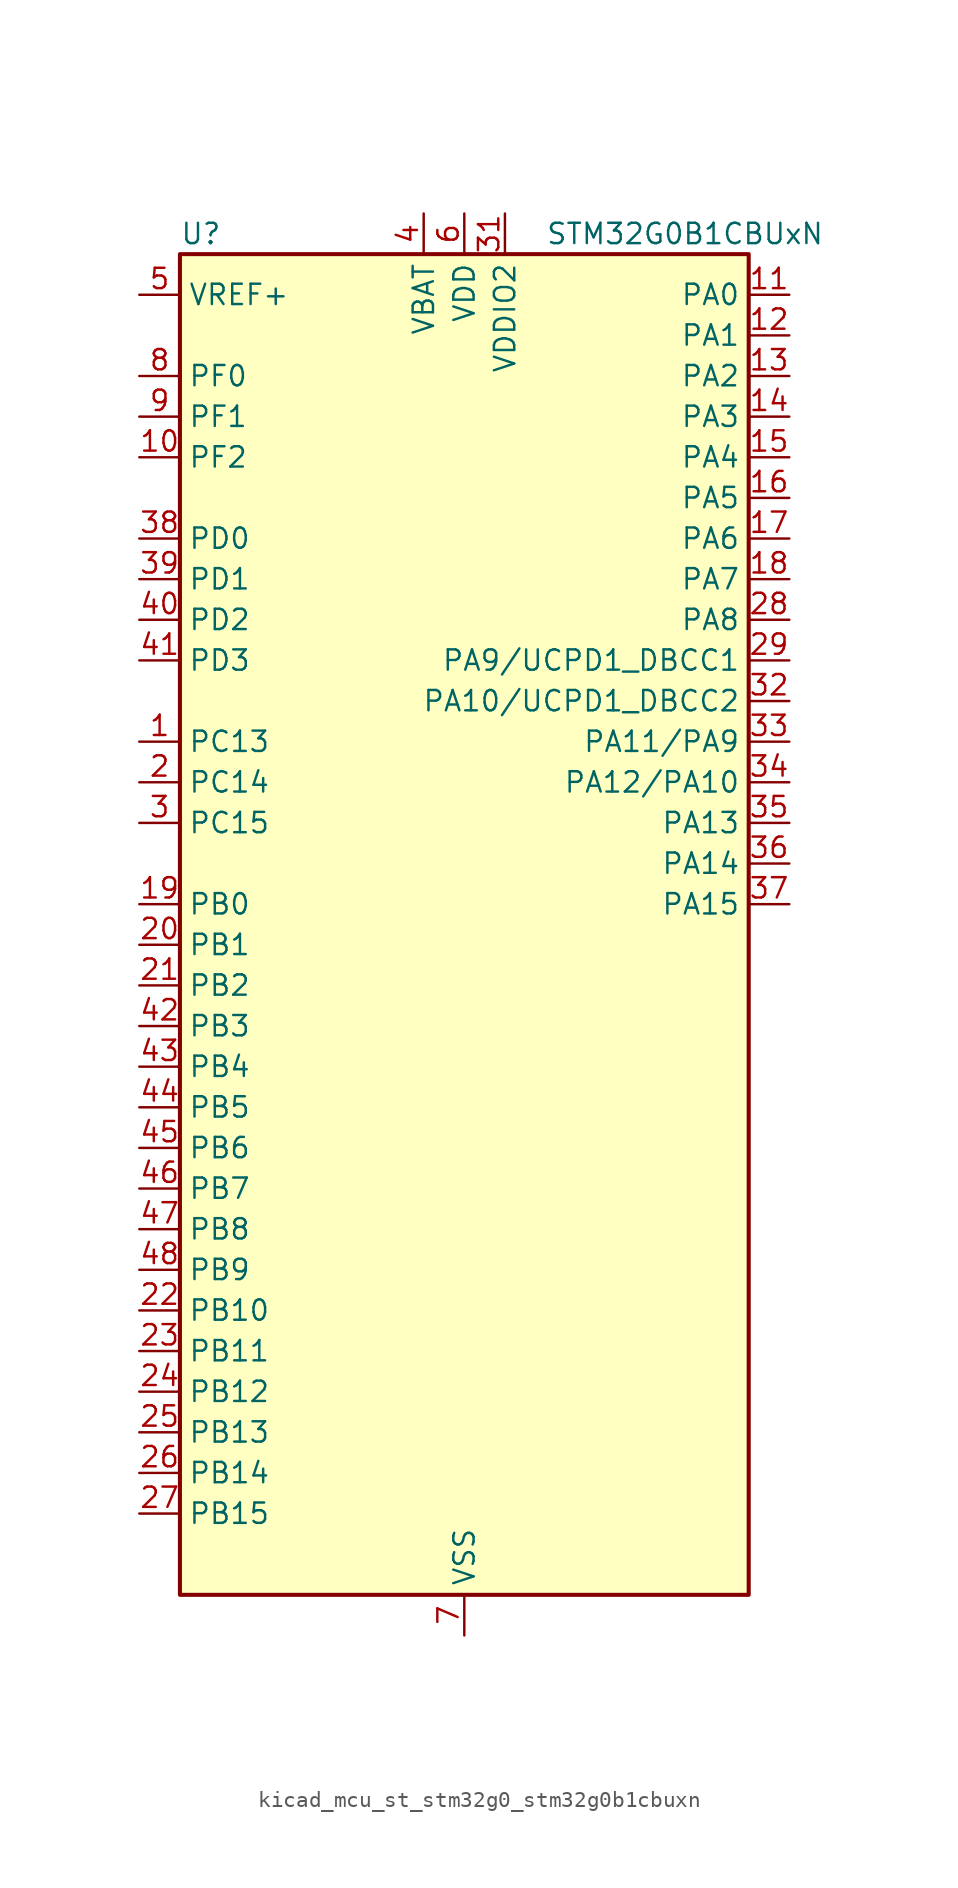
<source format=kicad_sym>
(kicad_symbol_lib
  (version 20220914)
  (generator kicad_symbol_editor)
  (symbol "kicad_mcu_st_stm32g0_stm32g0b1cbuxn"
    (property "Reference" "U"
      (at -17.78 44.45 0)
      (effects (font (size 1.27 1.27)) (justify left)))
    (property "Value" "STM32G0B1CBUxN"
      (at 5.08 44.45 0)
      (effects (font (size 1.27 1.27)) (justify left)))
    (property "ki_locked" ""
      (at 0 0 0)
      (effects (font (size 1.27 1.27))))
    (symbol "kicad_mcu_st_stm32g0_stm32g0b1cbuxn_0_1"
      (rectangle (start -17.78 -40.64) (end 17.78 43.18) (stroke (width 0.254) (type default)) (fill (type background))))
    (symbol "kicad_mcu_st_stm32g0_stm32g0b1cbuxn_1_1"
      (pin bidirectional line (at -20.32 12.7 0) (length 2.54) (name "PC13" (effects (font (size 1.27 1.27)))) (number "1" (effects (font (size 1.27 1.27)))) (alternate "RTC_OUT1" bidirectional line) (alternate "RTC_TAMP_IN1" bidirectional line) (alternate "RTC_TS" bidirectional line) (alternate "SYS_WKUP2" bidirectional line) (alternate "TIM1_BK" bidirectional line))
      (pin bidirectional line (at -20.32 30.48 0) (length 2.54) (name "PF2" (effects (font (size 1.27 1.27)))) (number "10" (effects (font (size 1.27 1.27)))) (alternate "LPUART2_DE" bidirectional line) (alternate "LPUART2_RTS" bidirectional line) (alternate "LPUART2_TX" bidirectional line) (alternate "RCC_MCO" bidirectional line))
      (pin bidirectional line (at 20.32 40.64 180) (length 2.54) (name "PA0" (effects (font (size 1.27 1.27)))) (number "11" (effects (font (size 1.27 1.27)))) (alternate "ADC1_IN0" bidirectional line) (alternate "COMP1_INM" bidirectional line) (alternate "COMP1_OUT" bidirectional line) (alternate "I2S2_CK" bidirectional line) (alternate "LPTIM1_OUT" bidirectional line) (alternate "RTC_TAMP_IN2" bidirectional line) (alternate "SPI2_SCK" bidirectional line) (alternate "SYS_WKUP1" bidirectional line) (alternate "TIM2_CH1" bidirectional line) (alternate "TIM2_ETR" bidirectional line) (alternate "UCPD2_FRSTX1" bidirectional line) (alternate "UCPD2_FRSTX2" bidirectional line) (alternate "USART2_CTS" bidirectional line) (alternate "USART2_NSS" bidirectional line) (alternate "USART4_TX" bidirectional line))
      (pin bidirectional line (at 20.32 38.1 180) (length 2.54) (name "PA1" (effects (font (size 1.27 1.27)))) (number "12" (effects (font (size 1.27 1.27)))) (alternate "ADC1_IN1" bidirectional line) (alternate "COMP1_INP" bidirectional line) (alternate "I2C1_SMBA" bidirectional line) (alternate "I2S1_CK" bidirectional line) (alternate "SPI1_SCK" bidirectional line) (alternate "TIM15_CH1N" bidirectional line) (alternate "TIM2_CH2" bidirectional line) (alternate "USART2_CK" bidirectional line) (alternate "USART2_DE" bidirectional line) (alternate "USART2_RTS" bidirectional line) (alternate "USART4_RX" bidirectional line))
      (pin bidirectional line (at 20.32 35.56 180) (length 2.54) (name "PA2" (effects (font (size 1.27 1.27)))) (number "13" (effects (font (size 1.27 1.27)))) (alternate "ADC1_IN2" bidirectional line) (alternate "COMP2_INM" bidirectional line) (alternate "COMP2_OUT" bidirectional line) (alternate "I2S1_SD" bidirectional line) (alternate "LPUART1_TX" bidirectional line) (alternate "RCC_LSCO" bidirectional line) (alternate "SPI1_MOSI" bidirectional line) (alternate "SYS_WKUP4" bidirectional line) (alternate "TIM15_CH1" bidirectional line) (alternate "TIM2_CH3" bidirectional line) (alternate "UCPD1_FRSTX1" bidirectional line) (alternate "UCPD1_FRSTX2" bidirectional line) (alternate "USART2_TX" bidirectional line))
      (pin bidirectional line (at 20.32 33.02 180) (length 2.54) (name "PA3" (effects (font (size 1.27 1.27)))) (number "14" (effects (font (size 1.27 1.27)))) (alternate "ADC1_IN3" bidirectional line) (alternate "COMP2_INP" bidirectional line) (alternate "I2S2_MCK" bidirectional line) (alternate "LPUART1_RX" bidirectional line) (alternate "SPI2_MISO" bidirectional line) (alternate "TIM15_CH2" bidirectional line) (alternate "TIM2_CH4" bidirectional line) (alternate "UCPD2_FRSTX1" bidirectional line) (alternate "UCPD2_FRSTX2" bidirectional line) (alternate "USART2_RX" bidirectional line))
      (pin bidirectional line (at 20.32 30.48 180) (length 2.54) (name "PA4" (effects (font (size 1.27 1.27)))) (number "15" (effects (font (size 1.27 1.27)))) (alternate "ADC1_IN4" bidirectional line) (alternate "DAC1_OUT1" bidirectional line) (alternate "I2S1_WS" bidirectional line) (alternate "I2S2_SD" bidirectional line) (alternate "LPTIM2_OUT" bidirectional line) (alternate "RTC_OUT2" bidirectional line) (alternate "SPI1_NSS" bidirectional line) (alternate "SPI2_MOSI" bidirectional line) (alternate "SPI3_NSS" bidirectional line) (alternate "TIM14_CH1" bidirectional line) (alternate "UCPD2_FRSTX1" bidirectional line) (alternate "UCPD2_FRSTX2" bidirectional line) (alternate "USART6_TX" bidirectional line) (alternate "USB_NOE" bidirectional line))
      (pin bidirectional line (at 20.32 27.94 180) (length 2.54) (name "PA5" (effects (font (size 1.27 1.27)))) (number "16" (effects (font (size 1.27 1.27)))) (alternate "ADC1_IN5" bidirectional line) (alternate "CEC" bidirectional line) (alternate "DAC1_OUT2" bidirectional line) (alternate "I2S1_CK" bidirectional line) (alternate "LPTIM2_ETR" bidirectional line) (alternate "SPI1_SCK" bidirectional line) (alternate "TIM2_CH1" bidirectional line) (alternate "TIM2_ETR" bidirectional line) (alternate "UCPD1_FRSTX1" bidirectional line) (alternate "UCPD1_FRSTX2" bidirectional line) (alternate "USART3_TX" bidirectional line) (alternate "USART6_RX" bidirectional line))
      (pin bidirectional line (at 20.32 25.4 180) (length 2.54) (name "PA6" (effects (font (size 1.27 1.27)))) (number "17" (effects (font (size 1.27 1.27)))) (alternate "ADC1_IN6" bidirectional line) (alternate "COMP1_OUT" bidirectional line) (alternate "I2C2_SDA" bidirectional line) (alternate "I2C3_SDA" bidirectional line) (alternate "I2S1_MCK" bidirectional line) (alternate "LPUART1_CTS" bidirectional line) (alternate "SPI1_MISO" bidirectional line) (alternate "TIM16_CH1" bidirectional line) (alternate "TIM1_BK" bidirectional line) (alternate "TIM3_CH1" bidirectional line) (alternate "USART3_CTS" bidirectional line) (alternate "USART3_NSS" bidirectional line) (alternate "USART6_CTS" bidirectional line) (alternate "USART6_NSS" bidirectional line))
      (pin bidirectional line (at 20.32 22.86 180) (length 2.54) (name "PA7" (effects (font (size 1.27 1.27)))) (number "18" (effects (font (size 1.27 1.27)))) (alternate "ADC1_IN7" bidirectional line) (alternate "COMP2_OUT" bidirectional line) (alternate "I2C2_SCL" bidirectional line) (alternate "I2C3_SCL" bidirectional line) (alternate "I2S1_SD" bidirectional line) (alternate "SPI1_MOSI" bidirectional line) (alternate "TIM14_CH1" bidirectional line) (alternate "TIM17_CH1" bidirectional line) (alternate "TIM1_CH1N" bidirectional line) (alternate "TIM3_CH2" bidirectional line) (alternate "UCPD1_FRSTX1" bidirectional line) (alternate "UCPD1_FRSTX2" bidirectional line) (alternate "USART6_CK" bidirectional line) (alternate "USART6_DE" bidirectional line) (alternate "USART6_RTS" bidirectional line))
      (pin bidirectional line (at -20.32 2.54 0) (length 2.54) (name "PB0" (effects (font (size 1.27 1.27)))) (number "19" (effects (font (size 1.27 1.27)))) (alternate "ADC1_IN8" bidirectional line) (alternate "COMP1_OUT" bidirectional line) (alternate "COMP3_INP" bidirectional line) (alternate "FDCAN2_RX" bidirectional line) (alternate "I2S1_WS" bidirectional line) (alternate "LPTIM1_OUT" bidirectional line) (alternate "LPUART2_CTS" bidirectional line) (alternate "SPI1_NSS" bidirectional line) (alternate "TIM1_CH2N" bidirectional line) (alternate "TIM3_CH3" bidirectional line) (alternate "UCPD1_FRSTX1" bidirectional line) (alternate "UCPD1_FRSTX2" bidirectional line) (alternate "USART3_RX" bidirectional line) (alternate "USART5_TX" bidirectional line))
      (pin bidirectional line (at -20.32 10.16 0) (length 2.54) (name "PC14" (effects (font (size 1.27 1.27)))) (number "2" (effects (font (size 1.27 1.27)))) (alternate "RCC_OSC32_IN" bidirectional line) (alternate "TIM1_BK2" bidirectional line))
      (pin bidirectional line (at -20.32 0 0) (length 2.54) (name "PB1" (effects (font (size 1.27 1.27)))) (number "20" (effects (font (size 1.27 1.27)))) (alternate "ADC1_IN9" bidirectional line) (alternate "COMP1_INM" bidirectional line) (alternate "COMP3_OUT" bidirectional line) (alternate "FDCAN2_TX" bidirectional line) (alternate "LPTIM2_IN1" bidirectional line) (alternate "LPUART1_DE" bidirectional line) (alternate "LPUART1_RTS" bidirectional line) (alternate "LPUART2_DE" bidirectional line) (alternate "LPUART2_RTS" bidirectional line) (alternate "TIM14_CH1" bidirectional line) (alternate "TIM1_CH3N" bidirectional line) (alternate "TIM3_CH4" bidirectional line) (alternate "USART3_CK" bidirectional line) (alternate "USART3_DE" bidirectional line) (alternate "USART3_RTS" bidirectional line) (alternate "USART5_RX" bidirectional line))
      (pin bidirectional line (at -20.32 -2.54 0) (length 2.54) (name "PB2" (effects (font (size 1.27 1.27)))) (number "21" (effects (font (size 1.27 1.27)))) (alternate "ADC1_IN10" bidirectional line) (alternate "COMP1_INP" bidirectional line) (alternate "COMP3_INM" bidirectional line) (alternate "I2S2_MCK" bidirectional line) (alternate "LPTIM1_OUT" bidirectional line) (alternate "RCC_MCO_2" bidirectional line) (alternate "SPI2_MISO" bidirectional line) (alternate "USART3_TX" bidirectional line))
      (pin bidirectional line (at -20.32 -22.86 0) (length 2.54) (name "PB10" (effects (font (size 1.27 1.27)))) (number "22" (effects (font (size 1.27 1.27)))) (alternate "ADC1_IN11" bidirectional line) (alternate "CEC" bidirectional line) (alternate "COMP1_OUT" bidirectional line) (alternate "I2C2_SCL" bidirectional line) (alternate "I2S2_CK" bidirectional line) (alternate "LPUART1_RX" bidirectional line) (alternate "SPI2_SCK" bidirectional line) (alternate "TIM2_CH3" bidirectional line) (alternate "USART3_TX" bidirectional line))
      (pin bidirectional line (at -20.32 -25.4 0) (length 2.54) (name "PB11" (effects (font (size 1.27 1.27)))) (number "23" (effects (font (size 1.27 1.27)))) (alternate "ADC1_EXTI11" bidirectional line) (alternate "ADC1_IN15" bidirectional line) (alternate "COMP2_OUT" bidirectional line) (alternate "I2C2_SDA" bidirectional line) (alternate "I2S2_SD" bidirectional line) (alternate "LPUART1_TX" bidirectional line) (alternate "SPI2_MOSI" bidirectional line) (alternate "TIM2_CH4" bidirectional line) (alternate "USART3_RX" bidirectional line))
      (pin bidirectional line (at -20.32 -27.94 0) (length 2.54) (name "PB12" (effects (font (size 1.27 1.27)))) (number "24" (effects (font (size 1.27 1.27)))) (alternate "ADC1_IN16" bidirectional line) (alternate "FDCAN2_RX" bidirectional line) (alternate "I2C2_SMBA" bidirectional line) (alternate "I2S2_WS" bidirectional line) (alternate "LPUART1_DE" bidirectional line) (alternate "LPUART1_RTS" bidirectional line) (alternate "SPI2_NSS" bidirectional line) (alternate "TIM15_BK" bidirectional line) (alternate "TIM1_BK" bidirectional line) (alternate "UCPD2_FRSTX1" bidirectional line) (alternate "UCPD2_FRSTX2" bidirectional line))
      (pin bidirectional line (at -20.32 -30.48 0) (length 2.54) (name "PB13" (effects (font (size 1.27 1.27)))) (number "25" (effects (font (size 1.27 1.27)))) (alternate "FDCAN2_TX" bidirectional line) (alternate "I2C2_SCL" bidirectional line) (alternate "I2S2_CK" bidirectional line) (alternate "LPUART1_CTS" bidirectional line) (alternate "SPI2_SCK" bidirectional line) (alternate "TIM15_CH1N" bidirectional line) (alternate "TIM1_CH1N" bidirectional line) (alternate "USART3_CTS" bidirectional line) (alternate "USART3_NSS" bidirectional line))
      (pin bidirectional line (at -20.32 -33.02 0) (length 2.54) (name "PB14" (effects (font (size 1.27 1.27)))) (number "26" (effects (font (size 1.27 1.27)))) (alternate "I2C2_SDA" bidirectional line) (alternate "I2S2_MCK" bidirectional line) (alternate "SPI2_MISO" bidirectional line) (alternate "TIM15_CH1" bidirectional line) (alternate "TIM1_CH2N" bidirectional line) (alternate "UCPD1_FRSTX1" bidirectional line) (alternate "UCPD1_FRSTX2" bidirectional line) (alternate "USART3_CK" bidirectional line) (alternate "USART3_DE" bidirectional line) (alternate "USART3_RTS" bidirectional line) (alternate "USART6_CK" bidirectional line) (alternate "USART6_DE" bidirectional line) (alternate "USART6_RTS" bidirectional line))
      (pin bidirectional line (at -20.32 -35.56 0) (length 2.54) (name "PB15" (effects (font (size 1.27 1.27)))) (number "27" (effects (font (size 1.27 1.27)))) (alternate "I2S2_SD" bidirectional line) (alternate "RTC_REFIN" bidirectional line) (alternate "SPI2_MOSI" bidirectional line) (alternate "TIM15_CH1N" bidirectional line) (alternate "TIM15_CH2" bidirectional line) (alternate "TIM1_CH3N" bidirectional line) (alternate "UCPD1_CC2" bidirectional line) (alternate "USART6_CTS" bidirectional line) (alternate "USART6_NSS" bidirectional line))
      (pin bidirectional line (at 20.32 20.32 180) (length 2.54) (name "PA8" (effects (font (size 1.27 1.27)))) (number "28" (effects (font (size 1.27 1.27)))) (alternate "CRS1_SYNC" bidirectional line) (alternate "I2C2_SMBA" bidirectional line) (alternate "I2S2_WS" bidirectional line) (alternate "LPTIM2_OUT" bidirectional line) (alternate "RCC_MCO" bidirectional line) (alternate "SPI2_NSS" bidirectional line) (alternate "TIM1_CH1" bidirectional line) (alternate "UCPD1_CC1" bidirectional line))
      (pin bidirectional line (at 20.32 17.78 180) (length 2.54) (name "PA9/UCPD1_DBCC1" (effects (font (size 1.27 1.27)))) (number "29" (effects (font (size 1.27 1.27)))) (alternate "DAC1_EXTI9" bidirectional line) (alternate "I2C1_SCL" bidirectional line) (alternate "I2C2_SCL" bidirectional line) (alternate "I2S2_MCK" bidirectional line) (alternate "RCC_MCO" bidirectional line) (alternate "SPI2_MISO" bidirectional line) (alternate "TIM15_BK" bidirectional line) (alternate "TIM1_CH2" bidirectional line) (alternate "UCPD1_DBCC1" bidirectional line) (alternate "USART1_TX" bidirectional line))
      (pin bidirectional line (at -20.32 7.62 0) (length 2.54) (name "PC15" (effects (font (size 1.27 1.27)))) (number "3" (effects (font (size 1.27 1.27)))) (alternate "RCC_OSC32_EN" bidirectional line) (alternate "RCC_OSC32_OUT" bidirectional line) (alternate "RCC_OSC_EN" bidirectional line) (alternate "TIM15_BK" bidirectional line))
      (pin passive line (at 0 -43.18 90) (length 2.54) hide (name "VSS" (effects (font (size 1.27 1.27)))) (number "30" (effects (font (size 1.27 1.27)))))
      (pin power_in line (at 2.54 45.72 270) (length 2.54) (name "VDDIO2" (effects (font (size 1.27 1.27)))) (number "31" (effects (font (size 1.27 1.27)))))
      (pin bidirectional line (at 20.32 15.24 180) (length 2.54) (name "PA10/UCPD1_DBCC2" (effects (font (size 1.27 1.27)))) (number "32" (effects (font (size 1.27 1.27)))) (alternate "I2C1_SDA" bidirectional line) (alternate "I2C2_SDA" bidirectional line) (alternate "I2S2_SD" bidirectional line) (alternate "RCC_MCO_2" bidirectional line) (alternate "SPI2_MOSI" bidirectional line) (alternate "TIM17_BK" bidirectional line) (alternate "TIM1_CH3" bidirectional line) (alternate "UCPD1_DBCC2" bidirectional line) (alternate "USART1_RX" bidirectional line))
      (pin bidirectional line (at 20.32 12.7 180) (length 2.54) (name "PA11/PA9" (effects (font (size 1.27 1.27)))) (number "33" (effects (font (size 1.27 1.27)))) (alternate "ADC1_EXTI11" bidirectional line) (alternate "COMP1_OUT" bidirectional line) (alternate "FDCAN1_RX" bidirectional line) (alternate "I2C2_SCL" bidirectional line) (alternate "I2S1_MCK" bidirectional line) (alternate "SPI1_MISO" bidirectional line) (alternate "TIM1_BK2" bidirectional line) (alternate "TIM1_CH4" bidirectional line) (alternate "USART1_CTS" bidirectional line) (alternate "USART1_NSS" bidirectional line) (alternate "USB_DM" bidirectional line))
      (pin bidirectional line (at 20.32 10.16 180) (length 2.54) (name "PA12/PA10" (effects (font (size 1.27 1.27)))) (number "34" (effects (font (size 1.27 1.27)))) (alternate "COMP2_OUT" bidirectional line) (alternate "FDCAN1_TX" bidirectional line) (alternate "I2C2_SDA" bidirectional line) (alternate "I2S1_SD" bidirectional line) (alternate "I2S_CKIN" bidirectional line) (alternate "SPI1_MOSI" bidirectional line) (alternate "TIM1_ETR" bidirectional line) (alternate "USART1_CK" bidirectional line) (alternate "USART1_DE" bidirectional line) (alternate "USART1_RTS" bidirectional line) (alternate "USB_DP" bidirectional line))
      (pin bidirectional line (at 20.32 7.62 180) (length 2.54) (name "PA13" (effects (font (size 1.27 1.27)))) (number "35" (effects (font (size 1.27 1.27)))) (alternate "IR_OUT" bidirectional line) (alternate "LPUART2_RX" bidirectional line) (alternate "SYS_SWDIO" bidirectional line) (alternate "USB_NOE" bidirectional line))
      (pin bidirectional line (at 20.32 5.08 180) (length 2.54) (name "PA14" (effects (font (size 1.27 1.27)))) (number "36" (effects (font (size 1.27 1.27)))) (alternate "LPUART2_TX" bidirectional line) (alternate "SYS_SWCLK" bidirectional line) (alternate "USART2_TX" bidirectional line))
      (pin bidirectional line (at 20.32 2.54 180) (length 2.54) (name "PA15" (effects (font (size 1.27 1.27)))) (number "37" (effects (font (size 1.27 1.27)))) (alternate "I2C2_SMBA" bidirectional line) (alternate "I2S1_WS" bidirectional line) (alternate "RCC_MCO_2" bidirectional line) (alternate "SPI1_NSS" bidirectional line) (alternate "SPI3_NSS" bidirectional line) (alternate "TIM2_CH1" bidirectional line) (alternate "TIM2_ETR" bidirectional line) (alternate "USART2_RX" bidirectional line) (alternate "USART3_CK" bidirectional line) (alternate "USART3_DE" bidirectional line) (alternate "USART3_RTS" bidirectional line) (alternate "USART4_CK" bidirectional line) (alternate "USART4_DE" bidirectional line) (alternate "USART4_RTS" bidirectional line) (alternate "USB_NOE" bidirectional line))
      (pin bidirectional line (at -20.32 25.4 0) (length 2.54) (name "PD0" (effects (font (size 1.27 1.27)))) (number "38" (effects (font (size 1.27 1.27)))) (alternate "FDCAN1_RX" bidirectional line) (alternate "I2S2_WS" bidirectional line) (alternate "SPI2_NSS" bidirectional line) (alternate "TIM16_CH1" bidirectional line) (alternate "UCPD2_CC1" bidirectional line))
      (pin bidirectional line (at -20.32 22.86 0) (length 2.54) (name "PD1" (effects (font (size 1.27 1.27)))) (number "39" (effects (font (size 1.27 1.27)))) (alternate "FDCAN1_TX" bidirectional line) (alternate "I2S2_CK" bidirectional line) (alternate "SPI2_SCK" bidirectional line) (alternate "TIM17_CH1" bidirectional line) (alternate "UCPD2_DBCC1" bidirectional line))
      (pin power_in line (at -2.54 45.72 270) (length 2.54) (name "VBAT" (effects (font (size 1.27 1.27)))) (number "4" (effects (font (size 1.27 1.27)))))
      (pin bidirectional line (at -20.32 20.32 0) (length 2.54) (name "PD2" (effects (font (size 1.27 1.27)))) (number "40" (effects (font (size 1.27 1.27)))) (alternate "TIM1_CH1N" bidirectional line) (alternate "TIM3_ETR" bidirectional line) (alternate "UCPD2_CC2" bidirectional line) (alternate "USART3_CK" bidirectional line) (alternate "USART3_DE" bidirectional line) (alternate "USART3_RTS" bidirectional line) (alternate "USART5_RX" bidirectional line))
      (pin bidirectional line (at -20.32 17.78 0) (length 2.54) (name "PD3" (effects (font (size 1.27 1.27)))) (number "41" (effects (font (size 1.27 1.27)))) (alternate "I2S2_MCK" bidirectional line) (alternate "SPI2_MISO" bidirectional line) (alternate "TIM1_CH2N" bidirectional line) (alternate "UCPD2_DBCC2" bidirectional line) (alternate "USART2_CTS" bidirectional line) (alternate "USART2_NSS" bidirectional line) (alternate "USART5_TX" bidirectional line))
      (pin bidirectional line (at -20.32 -5.08 0) (length 2.54) (name "PB3" (effects (font (size 1.27 1.27)))) (number "42" (effects (font (size 1.27 1.27)))) (alternate "COMP2_INM" bidirectional line) (alternate "I2C2_SCL" bidirectional line) (alternate "I2C3_SCL" bidirectional line) (alternate "I2S1_CK" bidirectional line) (alternate "SPI1_SCK" bidirectional line) (alternate "SPI3_SCK" bidirectional line) (alternate "TIM1_CH2" bidirectional line) (alternate "TIM2_CH2" bidirectional line) (alternate "USART1_CK" bidirectional line) (alternate "USART1_DE" bidirectional line) (alternate "USART1_RTS" bidirectional line) (alternate "USART5_TX" bidirectional line))
      (pin bidirectional line (at -20.32 -7.62 0) (length 2.54) (name "PB4" (effects (font (size 1.27 1.27)))) (number "43" (effects (font (size 1.27 1.27)))) (alternate "COMP2_INP" bidirectional line) (alternate "I2C2_SDA" bidirectional line) (alternate "I2C3_SDA" bidirectional line) (alternate "I2S1_MCK" bidirectional line) (alternate "SPI1_MISO" bidirectional line) (alternate "SPI3_MISO" bidirectional line) (alternate "TIM17_BK" bidirectional line) (alternate "TIM3_CH1" bidirectional line) (alternate "USART1_CTS" bidirectional line) (alternate "USART1_NSS" bidirectional line) (alternate "USART5_RX" bidirectional line))
      (pin bidirectional line (at -20.32 -10.16 0) (length 2.54) (name "PB5" (effects (font (size 1.27 1.27)))) (number "44" (effects (font (size 1.27 1.27)))) (alternate "COMP2_OUT" bidirectional line) (alternate "FDCAN2_RX" bidirectional line) (alternate "I2C1_SMBA" bidirectional line) (alternate "I2S1_SD" bidirectional line) (alternate "LPTIM1_IN1" bidirectional line) (alternate "SPI1_MOSI" bidirectional line) (alternate "SPI3_MOSI" bidirectional line) (alternate "SYS_WKUP6" bidirectional line) (alternate "TIM16_BK" bidirectional line) (alternate "TIM3_CH2" bidirectional line) (alternate "USART5_CK" bidirectional line) (alternate "USART5_DE" bidirectional line) (alternate "USART5_RTS" bidirectional line))
      (pin bidirectional line (at -20.32 -12.7 0) (length 2.54) (name "PB6" (effects (font (size 1.27 1.27)))) (number "45" (effects (font (size 1.27 1.27)))) (alternate "COMP2_INP" bidirectional line) (alternate "FDCAN2_TX" bidirectional line) (alternate "I2C1_SCL" bidirectional line) (alternate "I2S2_MCK" bidirectional line) (alternate "LPTIM1_ETR" bidirectional line) (alternate "LPUART2_TX" bidirectional line) (alternate "SPI2_MISO" bidirectional line) (alternate "TIM16_CH1N" bidirectional line) (alternate "TIM1_CH3" bidirectional line) (alternate "TIM4_CH1" bidirectional line) (alternate "USART1_TX" bidirectional line) (alternate "USART5_CTS" bidirectional line) (alternate "USART5_NSS" bidirectional line))
      (pin bidirectional line (at -20.32 -15.24 0) (length 2.54) (name "PB7" (effects (font (size 1.27 1.27)))) (number "46" (effects (font (size 1.27 1.27)))) (alternate "COMP2_INM" bidirectional line) (alternate "I2C1_SDA" bidirectional line) (alternate "I2S2_SD" bidirectional line) (alternate "LPTIM1_IN2" bidirectional line) (alternate "LPUART2_RX" bidirectional line) (alternate "SPI2_MOSI" bidirectional line) (alternate "SYS_PVD_IN" bidirectional line) (alternate "TIM17_CH1N" bidirectional line) (alternate "TIM4_CH2" bidirectional line) (alternate "USART1_RX" bidirectional line) (alternate "USART4_CTS" bidirectional line) (alternate "USART4_NSS" bidirectional line))
      (pin bidirectional line (at -20.32 -17.78 0) (length 2.54) (name "PB8" (effects (font (size 1.27 1.27)))) (number "47" (effects (font (size 1.27 1.27)))) (alternate "CEC" bidirectional line) (alternate "FDCAN1_RX" bidirectional line) (alternate "I2C1_SCL" bidirectional line) (alternate "I2S2_CK" bidirectional line) (alternate "SPI2_SCK" bidirectional line) (alternate "TIM15_BK" bidirectional line) (alternate "TIM16_CH1" bidirectional line) (alternate "TIM4_CH3" bidirectional line) (alternate "USART3_TX" bidirectional line) (alternate "USART6_TX" bidirectional line))
      (pin bidirectional line (at -20.32 -20.32 0) (length 2.54) (name "PB9" (effects (font (size 1.27 1.27)))) (number "48" (effects (font (size 1.27 1.27)))) (alternate "DAC1_EXTI9" bidirectional line) (alternate "FDCAN1_TX" bidirectional line) (alternate "I2C1_SDA" bidirectional line) (alternate "I2S2_WS" bidirectional line) (alternate "IR_OUT" bidirectional line) (alternate "SPI2_NSS" bidirectional line) (alternate "TIM17_CH1" bidirectional line) (alternate "TIM4_CH4" bidirectional line) (alternate "UCPD2_FRSTX1" bidirectional line) (alternate "UCPD2_FRSTX2" bidirectional line) (alternate "USART3_RX" bidirectional line) (alternate "USART6_RX" bidirectional line))
      (pin passive line (at 0 -43.18 90) (length 2.54) hide (name "VSS" (effects (font (size 1.27 1.27)))) (number "49" (effects (font (size 1.27 1.27)))))
      (pin input line (at -20.32 40.64 0) (length 2.54) (name "VREF+" (effects (font (size 1.27 1.27)))) (number "5" (effects (font (size 1.27 1.27)))) (alternate "VREFBUF_OUT" bidirectional line))
      (pin power_in line (at 0 45.72 270) (length 2.54) (name "VDD" (effects (font (size 1.27 1.27)))) (number "6" (effects (font (size 1.27 1.27)))))
      (pin power_in line (at 0 -43.18 90) (length 2.54) (name "VSS" (effects (font (size 1.27 1.27)))) (number "7" (effects (font (size 1.27 1.27)))))
      (pin bidirectional line (at -20.32 35.56 0) (length 2.54) (name "PF0" (effects (font (size 1.27 1.27)))) (number "8" (effects (font (size 1.27 1.27)))) (alternate "CRS1_SYNC" bidirectional line) (alternate "RCC_OSC_IN" bidirectional line) (alternate "TIM14_CH1" bidirectional line))
      (pin bidirectional line (at -20.32 33.02 0) (length 2.54) (name "PF1" (effects (font (size 1.27 1.27)))) (number "9" (effects (font (size 1.27 1.27)))) (alternate "RCC_OSC_EN" bidirectional line) (alternate "RCC_OSC_OUT" bidirectional line) (alternate "TIM15_CH1N" bidirectional line)))))
</source>
